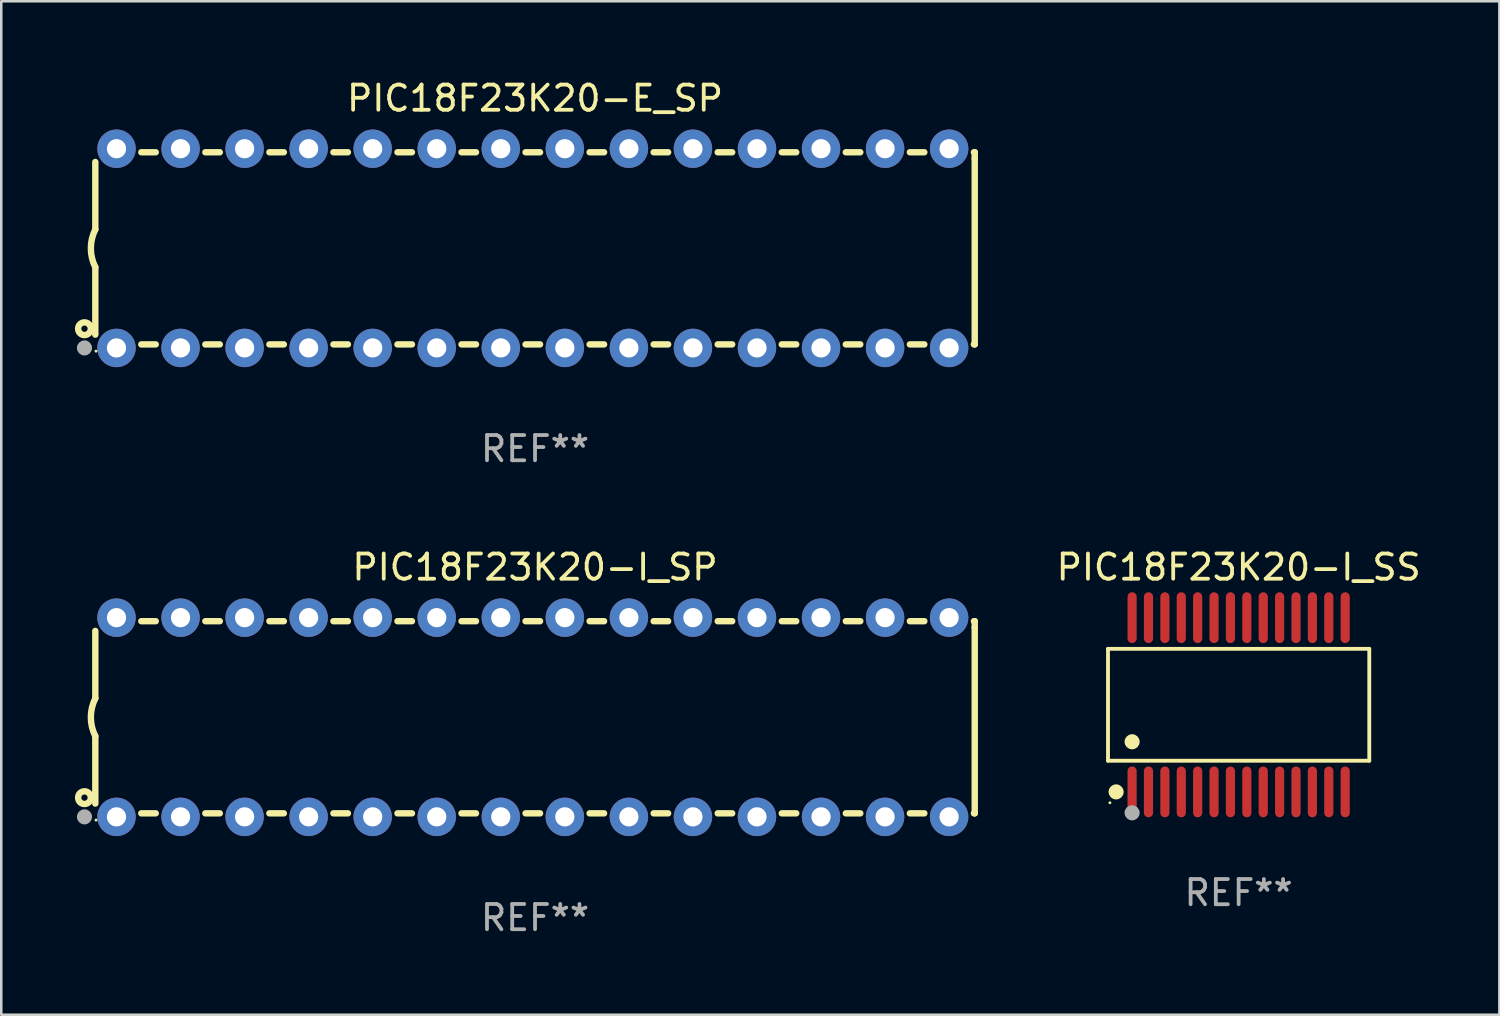
<source format=kicad_pcb>
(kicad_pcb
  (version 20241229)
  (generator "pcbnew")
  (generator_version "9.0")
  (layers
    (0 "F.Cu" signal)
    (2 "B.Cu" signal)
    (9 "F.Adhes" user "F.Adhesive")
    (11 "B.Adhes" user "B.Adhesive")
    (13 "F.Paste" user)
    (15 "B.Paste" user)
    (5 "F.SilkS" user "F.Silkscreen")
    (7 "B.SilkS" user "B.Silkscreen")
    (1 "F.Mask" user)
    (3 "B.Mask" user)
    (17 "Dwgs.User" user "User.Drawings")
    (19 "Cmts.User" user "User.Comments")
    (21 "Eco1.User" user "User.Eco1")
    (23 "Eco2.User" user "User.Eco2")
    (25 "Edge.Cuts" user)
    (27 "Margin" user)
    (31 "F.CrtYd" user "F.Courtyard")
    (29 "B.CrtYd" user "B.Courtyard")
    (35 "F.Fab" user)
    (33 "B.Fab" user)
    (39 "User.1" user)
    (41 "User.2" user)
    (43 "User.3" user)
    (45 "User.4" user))
  (footprint "PIC18F23K20-E_SP"
    (layer "F.Cu")
    (at 18.168 6.798)
    (property "Reference" "PIC18F23K20-E_SP" (at 0 -5.95 0) (layer "F.SilkS") (effects (font (size 1 1) (thickness 0.15))))
    (attr through_hole)
    (fp_line (start -17.438 0.75) (end -17.438 3.423) (stroke (width 0.254) (type solid)) (layer "F.SilkS"))
    (fp_line (start -17.438 -3.423) (end -17.438 -0.75) (stroke (width 0.254) (type solid)) (layer "F.SilkS"))
    (fp_line (start -15.615 3.81) (end -15.041 3.81) (stroke (width 0.254) (type solid)) (layer "F.SilkS"))
    (fp_line (start -15.041 -3.81) (end -15.614 -3.81) (stroke (width 0.254) (type solid)) (layer "F.SilkS"))
    (fp_line (start -13.075 3.81) (end -12.501 3.81) (stroke (width 0.254) (type solid)) (layer "F.SilkS"))
    (fp_line (start -12.501 -3.81) (end -13.074 -3.81) (stroke (width 0.254) (type solid)) (layer "F.SilkS"))
    (fp_line (start -10.535 3.81) (end -9.961 3.81) (stroke (width 0.254) (type solid)) (layer "F.SilkS"))
    (fp_line (start -9.961 -3.81) (end -10.534 -3.81) (stroke (width 0.254) (type solid)) (layer "F.SilkS"))
    (fp_line (start -7.995 3.81) (end -7.421 3.81) (stroke (width 0.254) (type solid)) (layer "F.SilkS"))
    (fp_line (start -7.421 -3.81) (end -7.995 -3.81) (stroke (width 0.254) (type solid)) (layer "F.SilkS"))
    (fp_line (start -5.455 3.81) (end -4.881 3.81) (stroke (width 0.254) (type solid)) (layer "F.SilkS"))
    (fp_line (start -4.881 -3.81) (end -5.455 -3.81) (stroke (width 0.254) (type solid)) (layer "F.SilkS"))
    (fp_line (start -2.915 3.81) (end -2.341 3.81) (stroke (width 0.254) (type solid)) (layer "F.SilkS"))
    (fp_line (start -2.341 -3.81) (end -2.915 -3.81) (stroke (width 0.254) (type solid)) (layer "F.SilkS"))
    (fp_line (start -0.375 3.81) (end 0.199 3.81) (stroke (width 0.254) (type solid)) (layer "F.SilkS"))
    (fp_line (start 0.199 -3.81) (end -0.375 -3.81) (stroke (width 0.254) (type solid)) (layer "F.SilkS"))
    (fp_line (start 2.165 3.81) (end 2.739 3.81) (stroke (width 0.254) (type solid)) (layer "F.SilkS"))
    (fp_line (start 2.739 -3.81) (end 2.165 -3.81) (stroke (width 0.254) (type solid)) (layer "F.SilkS"))
    (fp_line (start 4.705 3.81) (end 5.279 3.81) (stroke (width 0.254) (type solid)) (layer "F.SilkS"))
    (fp_line (start 5.279 -3.81) (end 4.705 -3.81) (stroke (width 0.254) (type solid)) (layer "F.SilkS"))
    (fp_line (start 7.245 3.81) (end 7.819 3.81) (stroke (width 0.254) (type solid)) (layer "F.SilkS"))
    (fp_line (start 7.819 -3.81) (end 7.245 -3.81) (stroke (width 0.254) (type solid)) (layer "F.SilkS"))
    (fp_line (start 9.785 3.81) (end 10.359 3.81) (stroke (width 0.254) (type solid)) (layer "F.SilkS"))
    (fp_line (start 10.359 -3.81) (end 9.785 -3.81) (stroke (width 0.254) (type solid)) (layer "F.SilkS"))
    (fp_line (start 12.325 3.81) (end 12.899 3.81) (stroke (width 0.254) (type solid)) (layer "F.SilkS"))
    (fp_line (start 12.899 -3.81) (end 12.325 -3.81) (stroke (width 0.254) (type solid)) (layer "F.SilkS"))
    (fp_line (start 14.865 3.81) (end 15.439 3.81) (stroke (width 0.254) (type solid)) (layer "F.SilkS"))
    (fp_line (start 15.439 -3.81) (end 14.865 -3.81) (stroke (width 0.254) (type solid)) (layer "F.SilkS"))
    (fp_line (start 17.405 3.81) (end 17.438 3.81) (stroke (width 0.254) (type solid)) (layer "F.SilkS"))
    (fp_line (start 17.438 -3.81) (end 17.405 -3.81) (stroke (width 0.254) (type solid)) (layer "F.SilkS"))
    (fp_line (start 17.438 -3.556) (end 17.438 -3.81) (stroke (width 0.254) (type solid)) (layer "F.SilkS"))
    (fp_line (start 17.438 3.81) (end 17.438 -3.556) (stroke (width 0.254) (type solid)) (layer "F.SilkS"))
    (fp_arc (start -17.437986 0.749657) (mid -17.614887 -0.000024) (end -17.437783 -0.749657) (stroke (width 0.254001) (type solid)) (layer "F.SilkS"))
    (fp_circle (center -17.868 3.188) (end -17.743 3.188) (stroke (width 0.254) (type solid)) (fill no) (layer "F.SilkS"))
    (fp_circle (center -17.411 4.077) (end -17.381 4.077) (stroke (width 0.06) (type solid)) (fill no) (layer "F.SilkS"))
    (fp_circle (center -17.868 3.95) (end -17.718 3.95) (stroke (width 0.3) (type solid)) (fill no) (layer "F.Fab"))
    (fp_text user "REF**" (at 0 7.95 0) (layer "F.Fab") (effects (font (size 1 1) (thickness 0.15))))
    (pad "1" thru_hole circle (at -16.598 3.95) (size 1.524 1.524) (drill 0.762) (layers "*.Cu" "*.Mask"))
    (pad "2" thru_hole circle (at -14.058 3.95) (size 1.524 1.524) (drill 0.762) (layers "*.Cu" "*.Mask"))
    (pad "3" thru_hole circle (at -11.518 3.95) (size 1.524 1.524) (drill 0.762) (layers "*.Cu" "*.Mask"))
    (pad "4" thru_hole circle (at -8.978 3.95) (size 1.524 1.524) (drill 0.762) (layers "*.Cu" "*.Mask"))
    (pad "5" thru_hole circle (at -6.438 3.95) (size 1.524 1.524) (drill 0.762) (layers "*.Cu" "*.Mask"))
    (pad "6" thru_hole circle (at -3.898 3.95) (size 1.524 1.524) (drill 0.762) (layers "*.Cu" "*.Mask"))
    (pad "7" thru_hole circle (at -1.358 3.95) (size 1.524 1.524) (drill 0.762) (layers "*.Cu" "*.Mask"))
    (pad "8" thru_hole circle (at 1.182 3.95) (size 1.524 1.524) (drill 0.762) (layers "*.Cu" "*.Mask"))
    (pad "9" thru_hole circle (at 3.722 3.95) (size 1.524 1.524) (drill 0.762) (layers "*.Cu" "*.Mask"))
    (pad "10" thru_hole circle (at 6.262 3.95) (size 1.524 1.524) (drill 0.762) (layers "*.Cu" "*.Mask"))
    (pad "11" thru_hole circle (at 8.802 3.95) (size 1.524 1.524) (drill 0.762) (layers "*.Cu" "*.Mask"))
    (pad "12" thru_hole circle (at 11.342 3.95) (size 1.524 1.524) (drill 0.762) (layers "*.Cu" "*.Mask"))
    (pad "13" thru_hole circle (at 13.882 3.95) (size 1.524 1.524) (drill 0.762) (layers "*.Cu" "*.Mask"))
    (pad "14" thru_hole circle (at 16.422 3.95) (size 1.524 1.524) (drill 0.762) (layers "*.Cu" "*.Mask"))
    (pad "15" thru_hole circle (at 16.422 -3.95) (size 1.524 1.524) (drill 0.762) (layers "*.Cu" "*.Mask"))
    (pad "16" thru_hole circle (at 13.882 -3.95) (size 1.524 1.524) (drill 0.762) (layers "*.Cu" "*.Mask"))
    (pad "17" thru_hole circle (at 11.342 -3.95) (size 1.524 1.524) (drill 0.762) (layers "*.Cu" "*.Mask"))
    (pad "18" thru_hole circle (at 8.802 -3.95) (size 1.524 1.524) (drill 0.762) (layers "*.Cu" "*.Mask"))
    (pad "19" thru_hole circle (at 6.262 -3.95) (size 1.524 1.524) (drill 0.762) (layers "*.Cu" "*.Mask"))
    (pad "20" thru_hole circle (at 3.722 -3.95) (size 1.524 1.524) (drill 0.762) (layers "*.Cu" "*.Mask"))
    (pad "21" thru_hole circle (at 1.182 -3.95) (size 1.524 1.524) (drill 0.762) (layers "*.Cu" "*.Mask"))
    (pad "22" thru_hole circle (at -1.358 -3.95) (size 1.524 1.524) (drill 0.762) (layers "*.Cu" "*.Mask"))
    (pad "23" thru_hole circle (at -3.898 -3.95) (size 1.524 1.524) (drill 0.762) (layers "*.Cu" "*.Mask"))
    (pad "24" thru_hole circle (at -6.438 -3.95) (size 1.524 1.524) (drill 0.762) (layers "*.Cu" "*.Mask"))
    (pad "25" thru_hole circle (at -8.978 -3.95) (size 1.524 1.524) (drill 0.762) (layers "*.Cu" "*.Mask"))
    (pad "26" thru_hole circle (at -11.517 -3.95) (size 1.524 1.524) (drill 0.762) (layers "*.Cu" "*.Mask"))
    (pad "27" thru_hole circle (at -14.057 -3.95) (size 1.524 1.524) (drill 0.762) (layers "*.Cu" "*.Mask"))
    (pad "28" thru_hole circle (at -16.597 -3.95) (size 1.524 1.524) (drill 0.762) (layers "*.Cu" "*.Mask")))
  (footprint "PIC18F23K20-I_SP"
    (layer "F.Cu")
    (at 18.168 25.395)
    (property "Reference" "PIC18F23K20-I_SP" (at 0 -5.95 0) (layer "F.SilkS") (effects (font (size 1 1) (thickness 0.15))))
    (attr through_hole)
    (fp_line (start -17.438 0.75) (end -17.438 3.423) (stroke (width 0.254) (type solid)) (layer "F.SilkS"))
    (fp_line (start -17.438 -3.423) (end -17.438 -0.75) (stroke (width 0.254) (type solid)) (layer "F.SilkS"))
    (fp_line (start -15.615 3.81) (end -15.041 3.81) (stroke (width 0.254) (type solid)) (layer "F.SilkS"))
    (fp_line (start -15.041 -3.81) (end -15.614 -3.81) (stroke (width 0.254) (type solid)) (layer "F.SilkS"))
    (fp_line (start -13.075 3.81) (end -12.501 3.81) (stroke (width 0.254) (type solid)) (layer "F.SilkS"))
    (fp_line (start -12.501 -3.81) (end -13.074 -3.81) (stroke (width 0.254) (type solid)) (layer "F.SilkS"))
    (fp_line (start -10.535 3.81) (end -9.961 3.81) (stroke (width 0.254) (type solid)) (layer "F.SilkS"))
    (fp_line (start -9.961 -3.81) (end -10.534 -3.81) (stroke (width 0.254) (type solid)) (layer "F.SilkS"))
    (fp_line (start -7.995 3.81) (end -7.421 3.81) (stroke (width 0.254) (type solid)) (layer "F.SilkS"))
    (fp_line (start -7.421 -3.81) (end -7.995 -3.81) (stroke (width 0.254) (type solid)) (layer "F.SilkS"))
    (fp_line (start -5.455 3.81) (end -4.881 3.81) (stroke (width 0.254) (type solid)) (layer "F.SilkS"))
    (fp_line (start -4.881 -3.81) (end -5.455 -3.81) (stroke (width 0.254) (type solid)) (layer "F.SilkS"))
    (fp_line (start -2.915 3.81) (end -2.341 3.81) (stroke (width 0.254) (type solid)) (layer "F.SilkS"))
    (fp_line (start -2.341 -3.81) (end -2.915 -3.81) (stroke (width 0.254) (type solid)) (layer "F.SilkS"))
    (fp_line (start -0.375 3.81) (end 0.199 3.81) (stroke (width 0.254) (type solid)) (layer "F.SilkS"))
    (fp_line (start 0.199 -3.81) (end -0.375 -3.81) (stroke (width 0.254) (type solid)) (layer "F.SilkS"))
    (fp_line (start 2.165 3.81) (end 2.739 3.81) (stroke (width 0.254) (type solid)) (layer "F.SilkS"))
    (fp_line (start 2.739 -3.81) (end 2.165 -3.81) (stroke (width 0.254) (type solid)) (layer "F.SilkS"))
    (fp_line (start 4.705 3.81) (end 5.279 3.81) (stroke (width 0.254) (type solid)) (layer "F.SilkS"))
    (fp_line (start 5.279 -3.81) (end 4.705 -3.81) (stroke (width 0.254) (type solid)) (layer "F.SilkS"))
    (fp_line (start 7.245 3.81) (end 7.819 3.81) (stroke (width 0.254) (type solid)) (layer "F.SilkS"))
    (fp_line (start 7.819 -3.81) (end 7.245 -3.81) (stroke (width 0.254) (type solid)) (layer "F.SilkS"))
    (fp_line (start 9.785 3.81) (end 10.359 3.81) (stroke (width 0.254) (type solid)) (layer "F.SilkS"))
    (fp_line (start 10.359 -3.81) (end 9.785 -3.81) (stroke (width 0.254) (type solid)) (layer "F.SilkS"))
    (fp_line (start 12.325 3.81) (end 12.899 3.81) (stroke (width 0.254) (type solid)) (layer "F.SilkS"))
    (fp_line (start 12.899 -3.81) (end 12.325 -3.81) (stroke (width 0.254) (type solid)) (layer "F.SilkS"))
    (fp_line (start 14.865 3.81) (end 15.439 3.81) (stroke (width 0.254) (type solid)) (layer "F.SilkS"))
    (fp_line (start 15.439 -3.81) (end 14.865 -3.81) (stroke (width 0.254) (type solid)) (layer "F.SilkS"))
    (fp_line (start 17.405 3.81) (end 17.438 3.81) (stroke (width 0.254) (type solid)) (layer "F.SilkS"))
    (fp_line (start 17.438 -3.81) (end 17.405 -3.81) (stroke (width 0.254) (type solid)) (layer "F.SilkS"))
    (fp_line (start 17.438 -3.556) (end 17.438 -3.81) (stroke (width 0.254) (type solid)) (layer "F.SilkS"))
    (fp_line (start 17.438 3.81) (end 17.438 -3.556) (stroke (width 0.254) (type solid)) (layer "F.SilkS"))
    (fp_arc (start -17.437986 0.749657) (mid -17.614887 -0.000024) (end -17.437783 -0.749657) (stroke (width 0.254001) (type solid)) (layer "F.SilkS"))
    (fp_circle (center -17.868 3.188) (end -17.743 3.188) (stroke (width 0.254) (type solid)) (fill no) (layer "F.SilkS"))
    (fp_circle (center -17.411 4.077) (end -17.381 4.077) (stroke (width 0.06) (type solid)) (fill no) (layer "F.SilkS"))
    (fp_circle (center -17.868 3.95) (end -17.718 3.95) (stroke (width 0.3) (type solid)) (fill no) (layer "F.Fab"))
    (fp_text user "REF**" (at 0 7.95 0) (layer "F.Fab") (effects (font (size 1 1) (thickness 0.15))))
    (pad "1" thru_hole circle (at -16.598 3.95) (size 1.524 1.524) (drill 0.762) (layers "*.Cu" "*.Mask"))
    (pad "2" thru_hole circle (at -14.058 3.95) (size 1.524 1.524) (drill 0.762) (layers "*.Cu" "*.Mask"))
    (pad "3" thru_hole circle (at -11.518 3.95) (size 1.524 1.524) (drill 0.762) (layers "*.Cu" "*.Mask"))
    (pad "4" thru_hole circle (at -8.978 3.95) (size 1.524 1.524) (drill 0.762) (layers "*.Cu" "*.Mask"))
    (pad "5" thru_hole circle (at -6.438 3.95) (size 1.524 1.524) (drill 0.762) (layers "*.Cu" "*.Mask"))
    (pad "6" thru_hole circle (at -3.898 3.95) (size 1.524 1.524) (drill 0.762) (layers "*.Cu" "*.Mask"))
    (pad "7" thru_hole circle (at -1.358 3.95) (size 1.524 1.524) (drill 0.762) (layers "*.Cu" "*.Mask"))
    (pad "8" thru_hole circle (at 1.182 3.95) (size 1.524 1.524) (drill 0.762) (layers "*.Cu" "*.Mask"))
    (pad "9" thru_hole circle (at 3.722 3.95) (size 1.524 1.524) (drill 0.762) (layers "*.Cu" "*.Mask"))
    (pad "10" thru_hole circle (at 6.262 3.95) (size 1.524 1.524) (drill 0.762) (layers "*.Cu" "*.Mask"))
    (pad "11" thru_hole circle (at 8.802 3.95) (size 1.524 1.524) (drill 0.762) (layers "*.Cu" "*.Mask"))
    (pad "12" thru_hole circle (at 11.342 3.95) (size 1.524 1.524) (drill 0.762) (layers "*.Cu" "*.Mask"))
    (pad "13" thru_hole circle (at 13.882 3.95) (size 1.524 1.524) (drill 0.762) (layers "*.Cu" "*.Mask"))
    (pad "14" thru_hole circle (at 16.422 3.95) (size 1.524 1.524) (drill 0.762) (layers "*.Cu" "*.Mask"))
    (pad "15" thru_hole circle (at 16.422 -3.95) (size 1.524 1.524) (drill 0.762) (layers "*.Cu" "*.Mask"))
    (pad "16" thru_hole circle (at 13.882 -3.95) (size 1.524 1.524) (drill 0.762) (layers "*.Cu" "*.Mask"))
    (pad "17" thru_hole circle (at 11.342 -3.95) (size 1.524 1.524) (drill 0.762) (layers "*.Cu" "*.Mask"))
    (pad "18" thru_hole circle (at 8.802 -3.95) (size 1.524 1.524) (drill 0.762) (layers "*.Cu" "*.Mask"))
    (pad "19" thru_hole circle (at 6.262 -3.95) (size 1.524 1.524) (drill 0.762) (layers "*.Cu" "*.Mask"))
    (pad "20" thru_hole circle (at 3.722 -3.95) (size 1.524 1.524) (drill 0.762) (layers "*.Cu" "*.Mask"))
    (pad "21" thru_hole circle (at 1.182 -3.95) (size 1.524 1.524) (drill 0.762) (layers "*.Cu" "*.Mask"))
    (pad "22" thru_hole circle (at -1.358 -3.95) (size 1.524 1.524) (drill 0.762) (layers "*.Cu" "*.Mask"))
    (pad "23" thru_hole circle (at -3.898 -3.95) (size 1.524 1.524) (drill 0.762) (layers "*.Cu" "*.Mask"))
    (pad "24" thru_hole circle (at -6.438 -3.95) (size 1.524 1.524) (drill 0.762) (layers "*.Cu" "*.Mask"))
    (pad "25" thru_hole circle (at -8.978 -3.95) (size 1.524 1.524) (drill 0.762) (layers "*.Cu" "*.Mask"))
    (pad "26" thru_hole circle (at -11.517 -3.95) (size 1.524 1.524) (drill 0.762) (layers "*.Cu" "*.Mask"))
    (pad "27" thru_hole circle (at -14.057 -3.95) (size 1.524 1.524) (drill 0.762) (layers "*.Cu" "*.Mask"))
    (pad "28" thru_hole circle (at -16.597 -3.95) (size 1.524 1.524) (drill 0.762) (layers "*.Cu" "*.Mask")))
  (footprint "PIC18F23K20-I_SS"
    (layer "F.Cu")
    (at 46.072 24.9)
    (property "Reference" "PIC18F23K20-I_SS" (at 0 -5.455 0) (layer "F.SilkS") (effects (font (size 1 1) (thickness 0.15))))
    (attr through_hole)
    (fp_line (start -5.181 -2.219) (end 5.181 -2.219) (stroke (width 0.152) (type solid)) (layer "F.SilkS"))
    (fp_line (start -5.181 2.219) (end -5.181 -2.219) (stroke (width 0.152) (type solid)) (layer "F.SilkS"))
    (fp_line (start 5.181 -2.219) (end 5.181 2.219) (stroke (width 0.152) (type solid)) (layer "F.SilkS"))
    (fp_line (start 5.181 2.219) (end -5.181 2.219) (stroke (width 0.152) (type solid)) (layer "F.SilkS"))
    (fp_circle (center -5.105 3.885) (end -5.075 3.885) (stroke (width 0.06) (type solid)) (fill no) (layer "F.SilkS"))
    (fp_circle (center -4.859 3.455) (end -4.709 3.455) (stroke (width 0.3) (type solid)) (fill no) (layer "F.SilkS"))
    (fp_circle (center -4.225 1.467) (end -4.075 1.467) (stroke (width 0.3) (type solid)) (fill no) (layer "F.SilkS"))
    (fp_circle (center -4.225 4.285) (end -4.075 4.285) (stroke (width 0.3) (type solid)) (fill no) (layer "F.Fab"))
    (fp_text user "REF**" (at 0 7.455 0) (layer "F.Fab") (effects (font (size 1 1) (thickness 0.15))))
    (pad "1" smd oval (at -4.225 3.455) (size 0.364 2.015) (layers "F.Cu" "F.Mask" "F.Paste"))
    (pad "2" smd oval (at -3.575 3.455) (size 0.364 2.015) (layers "F.Cu" "F.Mask" "F.Paste"))
    (pad "3" smd oval (at -2.925 3.455) (size 0.364 2.015) (layers "F.Cu" "F.Mask" "F.Paste"))
    (pad "4" smd oval (at -2.275 3.455) (size 0.364 2.015) (layers "F.Cu" "F.Mask" "F.Paste"))
    (pad "5" smd oval (at -1.625 3.455) (size 0.364 2.015) (layers "F.Cu" "F.Mask" "F.Paste"))
    (pad "6" smd oval (at -0.975 3.455) (size 0.364 2.015) (layers "F.Cu" "F.Mask" "F.Paste"))
    (pad "7" smd oval (at -0.325 3.455) (size 0.364 2.015) (layers "F.Cu" "F.Mask" "F.Paste"))
    (pad "8" smd oval (at 0.325 3.455) (size 0.364 2.015) (layers "F.Cu" "F.Mask" "F.Paste"))
    (pad "9" smd oval (at 0.975 3.455) (size 0.364 2.015) (layers "F.Cu" "F.Mask" "F.Paste"))
    (pad "10" smd oval (at 1.625 3.455) (size 0.364 2.015) (layers "F.Cu" "F.Mask" "F.Paste"))
    (pad "11" smd oval (at 2.275 3.455) (size 0.364 2.015) (layers "F.Cu" "F.Mask" "F.Paste"))
    (pad "12" smd oval (at 2.925 3.455) (size 0.364 2.015) (layers "F.Cu" "F.Mask" "F.Paste"))
    (pad "13" smd oval (at 3.575 3.455) (size 0.364 2.015) (layers "F.Cu" "F.Mask" "F.Paste"))
    (pad "14" smd oval (at 4.225 3.455) (size 0.364 2.015) (layers "F.Cu" "F.Mask" "F.Paste"))
    (pad "15" smd oval (at 4.225 -3.455) (size 0.364 2.015) (layers "F.Cu" "F.Mask" "F.Paste"))
    (pad "16" smd oval (at 3.575 -3.455) (size 0.364 2.015) (layers "F.Cu" "F.Mask" "F.Paste"))
    (pad "17" smd oval (at 2.925 -3.455) (size 0.364 2.015) (layers "F.Cu" "F.Mask" "F.Paste"))
    (pad "18" smd oval (at 2.275 -3.455) (size 0.364 2.015) (layers "F.Cu" "F.Mask" "F.Paste"))
    (pad "19" smd oval (at 1.625 -3.455) (size 0.364 2.015) (layers "F.Cu" "F.Mask" "F.Paste"))
    (pad "20" smd oval (at 0.975 -3.455) (size 0.364 2.015) (layers "F.Cu" "F.Mask" "F.Paste"))
    (pad "21" smd oval (at 0.325 -3.455) (size 0.364 2.015) (layers "F.Cu" "F.Mask" "F.Paste"))
    (pad "22" smd oval (at -0.325 -3.455) (size 0.364 2.015) (layers "F.Cu" "F.Mask" "F.Paste"))
    (pad "23" smd oval (at -0.975 -3.455) (size 0.364 2.015) (layers "F.Cu" "F.Mask" "F.Paste"))
    (pad "24" smd oval (at -1.625 -3.455) (size 0.364 2.015) (layers "F.Cu" "F.Mask" "F.Paste"))
    (pad "25" smd oval (at -2.275 -3.455) (size 0.364 2.015) (layers "F.Cu" "F.Mask" "F.Paste"))
    (pad "26" smd oval (at -2.925 -3.455) (size 0.364 2.015) (layers "F.Cu" "F.Mask" "F.Paste"))
    (pad "27" smd oval (at -3.575 -3.455) (size 0.364 2.015) (layers "F.Cu" "F.Mask" "F.Paste"))
    (pad "28" smd oval (at -4.225 -3.455) (size 0.364 2.015) (layers "F.Cu" "F.Mask" "F.Paste")))
  (gr_rect
    (start -3 -3)
    (end 56.412 37.193)
    (stroke (width 0.1) (type default))
    (fill no)
    (layer "Edge.Cuts")))
</source>
